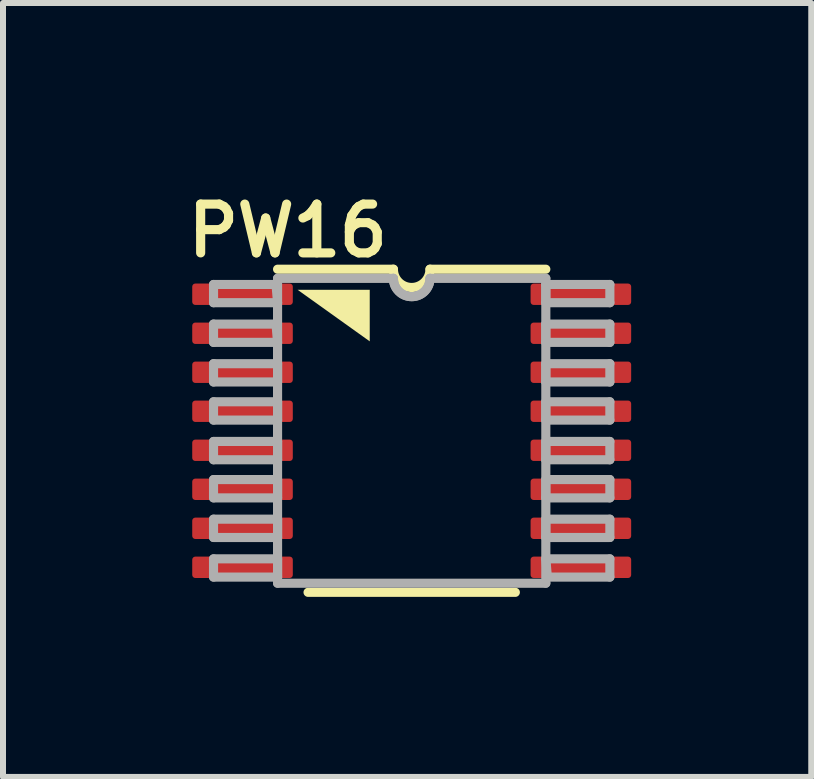
<source format=kicad_pcb>
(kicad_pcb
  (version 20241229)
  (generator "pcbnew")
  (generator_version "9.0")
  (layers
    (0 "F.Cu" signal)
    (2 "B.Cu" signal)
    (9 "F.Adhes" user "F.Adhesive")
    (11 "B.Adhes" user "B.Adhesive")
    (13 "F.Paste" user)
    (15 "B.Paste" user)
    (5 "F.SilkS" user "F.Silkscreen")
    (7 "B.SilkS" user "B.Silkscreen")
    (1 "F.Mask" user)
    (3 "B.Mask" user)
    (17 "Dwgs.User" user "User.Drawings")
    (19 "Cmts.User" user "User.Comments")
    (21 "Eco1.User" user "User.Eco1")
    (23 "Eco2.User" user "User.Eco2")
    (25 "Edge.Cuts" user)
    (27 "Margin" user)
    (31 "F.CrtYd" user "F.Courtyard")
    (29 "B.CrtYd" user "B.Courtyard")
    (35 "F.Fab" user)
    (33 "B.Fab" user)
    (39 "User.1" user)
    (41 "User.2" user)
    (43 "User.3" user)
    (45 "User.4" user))
  (footprint "PW16"
    (layer "F.Cu")
    (at 3.81 4.128)
    (property "Reference" "PW16" (at -3.81 -2.857 0) (layer "F.SilkS") (effects (font (size 0.813 0.813) (thickness 0.152) (bold yes)) (justify left bottom)))
    (attr smd)
    (fp_line (start -1.727 2.692) (end 1.727 2.692) (stroke (width 0.152) (type solid)) (layer "F.SilkS"))
    (fp_line (start -0.305 -2.692) (end -2.235 -2.692) (stroke (width 0.152) (type solid)) (layer "F.SilkS"))
    (fp_line (start 2.235 -2.692) (end 0.305 -2.692) (stroke (width 0.152) (type solid)) (layer "F.SilkS"))
    (fp_arc (start 0.3048 -2.6924) (mid 0 -2.3876) (end -0.3048 -2.6924) (stroke (width 0.1524) (type solid)) (layer "F.SilkS"))
    (fp_poly (pts (xy -0.699 -1.49) (xy -1.901 -2.349) (xy -0.699 -2.349)) (stroke (width 0) (type default)) (fill yes) (layer "F.SilkS"))
    (fp_line (start -3.302 -2.438) (end -3.302 -2.134) (stroke (width 0.152) (type solid)) (layer "F.Fab"))
    (fp_line (start -3.302 -2.134) (end -2.235 -2.134) (stroke (width 0.152) (type solid)) (layer "F.Fab"))
    (fp_line (start -3.302 -1.778) (end -3.302 -1.473) (stroke (width 0.152) (type solid)) (layer "F.Fab"))
    (fp_line (start -3.302 -1.473) (end -2.235 -1.473) (stroke (width 0.152) (type solid)) (layer "F.Fab"))
    (fp_line (start -3.302 -1.118) (end -3.302 -0.813) (stroke (width 0.152) (type solid)) (layer "F.Fab"))
    (fp_line (start -3.302 -0.813) (end -2.235 -0.813) (stroke (width 0.152) (type solid)) (layer "F.Fab"))
    (fp_line (start -3.302 -0.483) (end -3.302 -0.178) (stroke (width 0.152) (type solid)) (layer "F.Fab"))
    (fp_line (start -3.302 -0.178) (end -2.235 -0.178) (stroke (width 0.152) (type solid)) (layer "F.Fab"))
    (fp_line (start -3.302 0.178) (end -3.302 0.483) (stroke (width 0.152) (type solid)) (layer "F.Fab"))
    (fp_line (start -3.302 0.483) (end -2.235 0.483) (stroke (width 0.152) (type solid)) (layer "F.Fab"))
    (fp_line (start -3.302 0.813) (end -3.302 1.118) (stroke (width 0.152) (type solid)) (layer "F.Fab"))
    (fp_line (start -3.302 1.118) (end -2.235 1.118) (stroke (width 0.152) (type solid)) (layer "F.Fab"))
    (fp_line (start -3.302 1.473) (end -3.302 1.778) (stroke (width 0.152) (type solid)) (layer "F.Fab"))
    (fp_line (start -3.302 1.778) (end -2.235 1.778) (stroke (width 0.152) (type solid)) (layer "F.Fab"))
    (fp_line (start -3.302 2.134) (end -3.302 2.438) (stroke (width 0.152) (type solid)) (layer "F.Fab"))
    (fp_line (start -3.302 2.438) (end -2.235 2.438) (stroke (width 0.152) (type solid)) (layer "F.Fab"))
    (fp_line (start -2.261 -2.438) (end -3.302 -2.438) (stroke (width 0.152) (type solid)) (layer "F.Fab"))
    (fp_line (start -2.261 -1.778) (end -3.302 -1.778) (stroke (width 0.152) (type solid)) (layer "F.Fab"))
    (fp_line (start -2.235 -2.54) (end -2.235 2.54) (stroke (width 0.152) (type solid)) (layer "F.Fab"))
    (fp_line (start -2.235 -2.134) (end -2.261 -2.438) (stroke (width 0.152) (type solid)) (layer "F.Fab"))
    (fp_line (start -2.235 -1.473) (end -2.261 -1.778) (stroke (width 0.152) (type solid)) (layer "F.Fab"))
    (fp_line (start -2.235 -1.118) (end -3.302 -1.118) (stroke (width 0.152) (type solid)) (layer "F.Fab"))
    (fp_line (start -2.235 -0.813) (end -2.235 -1.118) (stroke (width 0.152) (type solid)) (layer "F.Fab"))
    (fp_line (start -2.235 -0.483) (end -3.302 -0.483) (stroke (width 0.152) (type solid)) (layer "F.Fab"))
    (fp_line (start -2.235 -0.178) (end -2.235 -0.483) (stroke (width 0.152) (type solid)) (layer "F.Fab"))
    (fp_line (start -2.235 0.178) (end -3.302 0.178) (stroke (width 0.152) (type solid)) (layer "F.Fab"))
    (fp_line (start -2.235 0.483) (end -2.235 0.178) (stroke (width 0.152) (type solid)) (layer "F.Fab"))
    (fp_line (start -2.235 0.813) (end -3.302 0.813) (stroke (width 0.152) (type solid)) (layer "F.Fab"))
    (fp_line (start -2.235 1.118) (end -2.235 0.813) (stroke (width 0.152) (type solid)) (layer "F.Fab"))
    (fp_line (start -2.235 1.473) (end -3.302 1.473) (stroke (width 0.152) (type solid)) (layer "F.Fab"))
    (fp_line (start -2.235 1.778) (end -2.235 1.473) (stroke (width 0.152) (type solid)) (layer "F.Fab"))
    (fp_line (start -2.235 2.134) (end -3.302 2.134) (stroke (width 0.152) (type solid)) (layer "F.Fab"))
    (fp_line (start -2.235 2.438) (end -2.235 2.134) (stroke (width 0.152) (type solid)) (layer "F.Fab"))
    (fp_line (start -2.235 2.54) (end 2.235 2.54) (stroke (width 0.152) (type solid)) (layer "F.Fab"))
    (fp_line (start -0.305 -2.54) (end -2.235 -2.54) (stroke (width 0.152) (type solid)) (layer "F.Fab"))
    (fp_line (start 2.235 -2.54) (end 0.305 -2.54) (stroke (width 0.152) (type solid)) (layer "F.Fab"))
    (fp_line (start 2.235 -2.438) (end 2.235 -2.134) (stroke (width 0.152) (type solid)) (layer "F.Fab"))
    (fp_line (start 2.235 -2.134) (end 3.302 -2.134) (stroke (width 0.152) (type solid)) (layer "F.Fab"))
    (fp_line (start 2.235 -1.778) (end 2.235 -1.473) (stroke (width 0.152) (type solid)) (layer "F.Fab"))
    (fp_line (start 2.235 -1.473) (end 3.302 -1.473) (stroke (width 0.152) (type solid)) (layer "F.Fab"))
    (fp_line (start 2.235 -1.118) (end 2.235 -0.813) (stroke (width 0.152) (type solid)) (layer "F.Fab"))
    (fp_line (start 2.235 -0.813) (end 3.302 -0.813) (stroke (width 0.152) (type solid)) (layer "F.Fab"))
    (fp_line (start 2.235 -0.483) (end 2.235 -0.178) (stroke (width 0.152) (type solid)) (layer "F.Fab"))
    (fp_line (start 2.235 -0.178) (end 3.302 -0.178) (stroke (width 0.152) (type solid)) (layer "F.Fab"))
    (fp_line (start 2.235 0.178) (end 2.235 0.483) (stroke (width 0.152) (type solid)) (layer "F.Fab"))
    (fp_line (start 2.235 0.483) (end 3.302 0.483) (stroke (width 0.152) (type solid)) (layer "F.Fab"))
    (fp_line (start 2.235 0.813) (end 2.235 1.118) (stroke (width 0.152) (type solid)) (layer "F.Fab"))
    (fp_line (start 2.235 1.118) (end 3.302 1.118) (stroke (width 0.152) (type solid)) (layer "F.Fab"))
    (fp_line (start 2.235 1.473) (end 2.235 1.778) (stroke (width 0.152) (type solid)) (layer "F.Fab"))
    (fp_line (start 2.235 1.778) (end 3.302 1.778) (stroke (width 0.152) (type solid)) (layer "F.Fab"))
    (fp_line (start 2.235 2.134) (end 2.261 2.438) (stroke (width 0.152) (type solid)) (layer "F.Fab"))
    (fp_line (start 2.235 2.54) (end 2.235 -2.54) (stroke (width 0.152) (type solid)) (layer "F.Fab"))
    (fp_line (start 2.261 2.438) (end 3.302 2.438) (stroke (width 0.152) (type solid)) (layer "F.Fab"))
    (fp_line (start 3.302 -2.438) (end 2.235 -2.438) (stroke (width 0.152) (type solid)) (layer "F.Fab"))
    (fp_line (start 3.302 -2.134) (end 3.302 -2.438) (stroke (width 0.152) (type solid)) (layer "F.Fab"))
    (fp_line (start 3.302 -1.778) (end 2.235 -1.778) (stroke (width 0.152) (type solid)) (layer "F.Fab"))
    (fp_line (start 3.302 -1.473) (end 3.302 -1.778) (stroke (width 0.152) (type solid)) (layer "F.Fab"))
    (fp_line (start 3.302 -1.118) (end 2.235 -1.118) (stroke (width 0.152) (type solid)) (layer "F.Fab"))
    (fp_line (start 3.302 -0.813) (end 3.302 -1.118) (stroke (width 0.152) (type solid)) (layer "F.Fab"))
    (fp_line (start 3.302 -0.483) (end 2.235 -0.483) (stroke (width 0.152) (type solid)) (layer "F.Fab"))
    (fp_line (start 3.302 -0.178) (end 3.302 -0.483) (stroke (width 0.152) (type solid)) (layer "F.Fab"))
    (fp_line (start 3.302 0.178) (end 2.235 0.178) (stroke (width 0.152) (type solid)) (layer "F.Fab"))
    (fp_line (start 3.302 0.483) (end 3.302 0.178) (stroke (width 0.152) (type solid)) (layer "F.Fab"))
    (fp_line (start 3.302 0.813) (end 2.235 0.813) (stroke (width 0.152) (type solid)) (layer "F.Fab"))
    (fp_line (start 3.302 1.118) (end 3.302 0.813) (stroke (width 0.152) (type solid)) (layer "F.Fab"))
    (fp_line (start 3.302 1.473) (end 2.235 1.473) (stroke (width 0.152) (type solid)) (layer "F.Fab"))
    (fp_line (start 3.302 1.778) (end 3.302 1.473) (stroke (width 0.152) (type solid)) (layer "F.Fab"))
    (fp_line (start 3.302 2.134) (end 2.235 2.134) (stroke (width 0.152) (type solid)) (layer "F.Fab"))
    (fp_line (start 3.302 2.438) (end 3.302 2.134) (stroke (width 0.152) (type solid)) (layer "F.Fab"))
    (fp_arc (start 0.3048 -2.54) (mid 0 -2.2352) (end -0.3048 -2.54) (stroke (width 0.1524) (type solid)) (layer "F.Fab"))
    (fp_arc (start 0.3048 -2.54) (mid 0 -2.2352) (end -0.3048 -2.54) (stroke (width 0.1524) (type solid)) (layer "F.Fab"))
    (pad "1" smd roundrect (at -2.819 -2.275) (size 1.676 0.356) (layers "F.Cu" "F.Mask" "F.Paste") (roundrect_rratio 0.143))
    (pad "2" smd roundrect (at -2.819 -1.625) (size 1.676 0.356) (layers "F.Cu" "F.Mask" "F.Paste") (roundrect_rratio 0.143))
    (pad "3" smd roundrect (at -2.819 -0.975) (size 1.676 0.356) (layers "F.Cu" "F.Mask" "F.Paste") (roundrect_rratio 0.143))
    (pad "4" smd roundrect (at -2.819 -0.325) (size 1.676 0.356) (layers "F.Cu" "F.Mask" "F.Paste") (roundrect_rratio 0.143))
    (pad "5" smd roundrect (at -2.819 0.325) (size 1.676 0.356) (layers "F.Cu" "F.Mask" "F.Paste") (roundrect_rratio 0.143))
    (pad "6" smd roundrect (at -2.819 0.975) (size 1.676 0.356) (layers "F.Cu" "F.Mask" "F.Paste") (roundrect_rratio 0.143))
    (pad "7" smd roundrect (at -2.819 1.625) (size 1.676 0.356) (layers "F.Cu" "F.Mask" "F.Paste") (roundrect_rratio 0.143))
    (pad "8" smd roundrect (at -2.819 2.275) (size 1.676 0.356) (layers "F.Cu" "F.Mask" "F.Paste") (roundrect_rratio 0.143))
    (pad "9" smd roundrect (at 2.819 2.275) (size 1.676 0.356) (layers "F.Cu" "F.Mask" "F.Paste") (roundrect_rratio 0.143))
    (pad "10" smd roundrect (at 2.819 1.625) (size 1.676 0.356) (layers "F.Cu" "F.Mask" "F.Paste") (roundrect_rratio 0.143))
    (pad "11" smd roundrect (at 2.819 0.975) (size 1.676 0.356) (layers "F.Cu" "F.Mask" "F.Paste") (roundrect_rratio 0.143))
    (pad "12" smd roundrect (at 2.819 0.325) (size 1.676 0.356) (layers "F.Cu" "F.Mask" "F.Paste") (roundrect_rratio 0.143))
    (pad "13" smd roundrect (at 2.819 -0.325) (size 1.676 0.356) (layers "F.Cu" "F.Mask" "F.Paste") (roundrect_rratio 0.143))
    (pad "14" smd roundrect (at 2.819 -0.975) (size 1.676 0.356) (layers "F.Cu" "F.Mask" "F.Paste") (roundrect_rratio 0.143))
    (pad "15" smd roundrect (at 2.819 -1.625) (size 1.676 0.356) (layers "F.Cu" "F.Mask" "F.Paste") (roundrect_rratio 0.143))
    (pad "16" smd roundrect (at 2.819 -2.275) (size 1.676 0.356) (layers "F.Cu" "F.Mask" "F.Paste") (roundrect_rratio 0.143)))
  (gr_rect
    (start -3 -3)
    (end 10.468 9.896)
    (stroke (width 0.1) (type default))
    (fill no)
    (layer "Edge.Cuts")))
</source>
